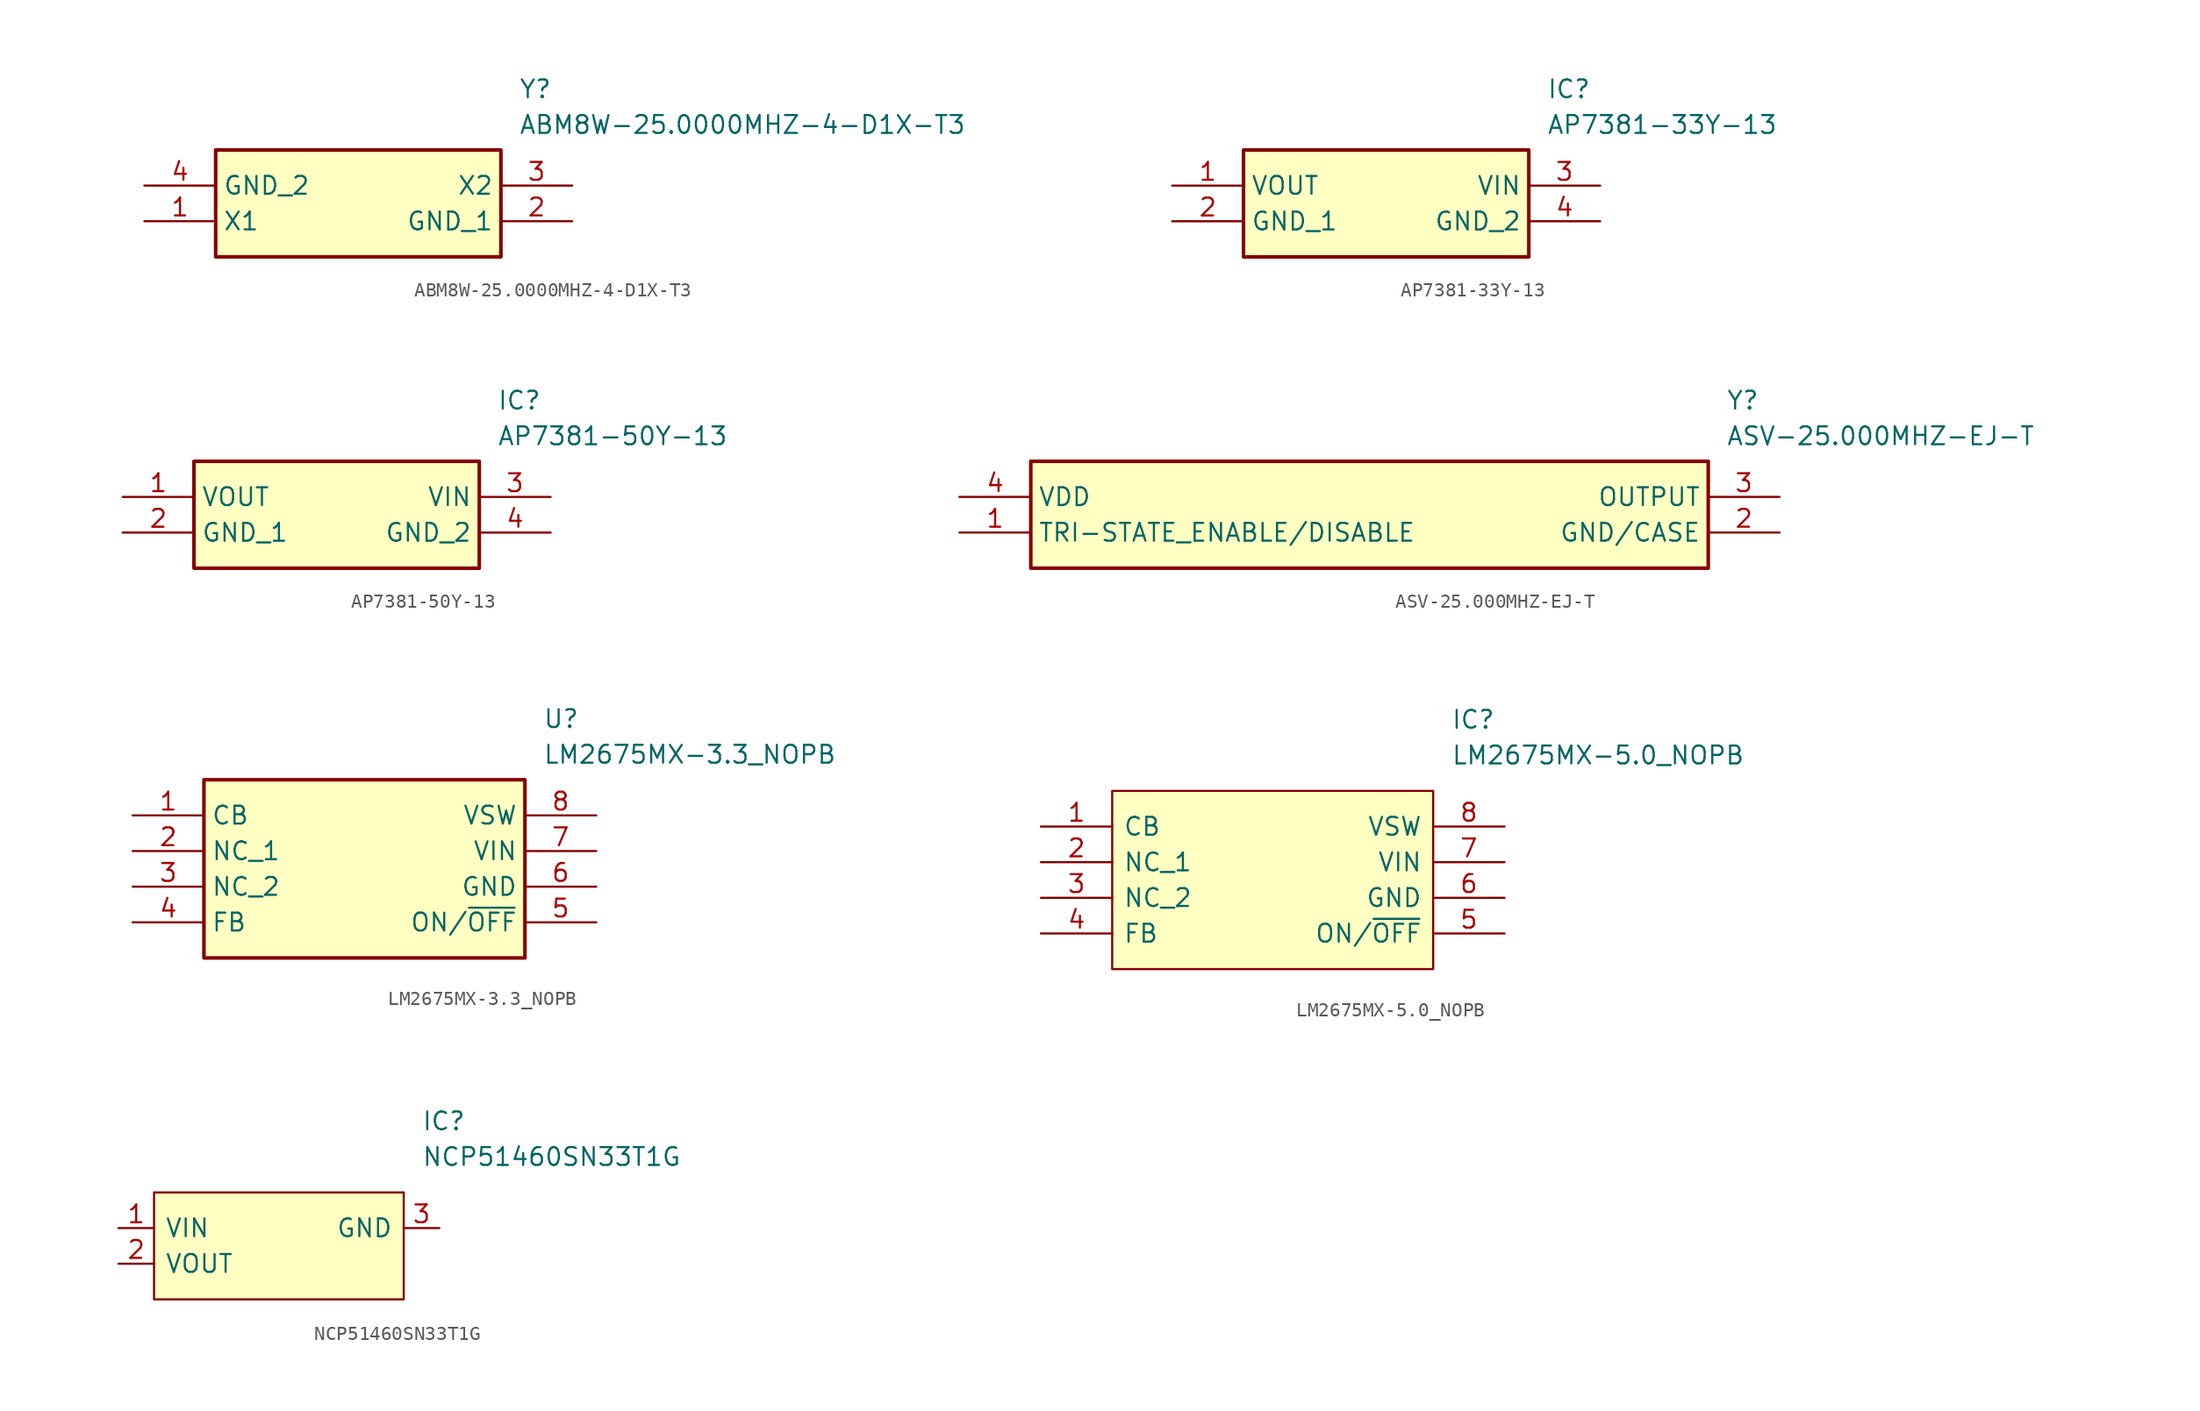
<source format=kicad_sym>
(kicad_symbol_lib
  (version 20231120)
  (generator "kicad_symbol_editor")
  (generator_version "8.0")
  (symbol "ABM8W-25.0000MHZ-4-D1X-T3"
    (property "Reference" "Y"
      (at 26.67 7.62 0)
      (effects (font (size 1.27 1.27)) (justify left top)))
    (property "Value" "ABM8W-25.0000MHZ-4-D1X-T3"
      (at 26.67 5.08 0)
      (effects (font (size 1.27 1.27)) (justify left top)))
    (symbol "ABM8W-25.0000MHZ-4-D1X-T3_1_1"
      (rectangle (start 5.08 2.54) (end 25.4 -5.08) (stroke (width 0.254) (type default)) (fill (type background)))
      (pin passive line (at 0 -2.54 0) (length 5.08) (name "X1" (effects (font (size 1.27 1.27)))) (number "1" (effects (font (size 1.27 1.27)))))
      (pin passive line (at 30.48 -2.54 180) (length 5.08) (name "GND_1" (effects (font (size 1.27 1.27)))) (number "2" (effects (font (size 1.27 1.27)))))
      (pin passive line (at 30.48 0 180) (length 5.08) (name "X2" (effects (font (size 1.27 1.27)))) (number "3" (effects (font (size 1.27 1.27)))))
      (pin passive line (at 0 0 0) (length 5.08) (name "GND_2" (effects (font (size 1.27 1.27)))) (number "4" (effects (font (size 1.27 1.27)))))))
  (symbol "AP7381-33Y-13"
    (property "Reference" "IC"
      (at 26.67 7.62 0)
      (effects (font (size 1.27 1.27)) (justify left top)))
    (property "Value" "AP7381-33Y-13"
      (at 26.67 5.08 0)
      (effects (font (size 1.27 1.27)) (justify left top)))
    (symbol "AP7381-33Y-13_1_1"
      (rectangle (start 5.08 2.54) (end 25.4 -5.08) (stroke (width 0.254) (type default)) (fill (type background)))
      (pin passive line (at 0 0 0) (length 5.08) (name "VOUT" (effects (font (size 1.27 1.27)))) (number "1" (effects (font (size 1.27 1.27)))))
      (pin passive line (at 0 -2.54 0) (length 5.08) (name "GND_1" (effects (font (size 1.27 1.27)))) (number "2" (effects (font (size 1.27 1.27)))))
      (pin passive line (at 30.48 0 180) (length 5.08) (name "VIN" (effects (font (size 1.27 1.27)))) (number "3" (effects (font (size 1.27 1.27)))))
      (pin passive line (at 30.48 -2.54 180) (length 5.08) (name "GND_2" (effects (font (size 1.27 1.27)))) (number "4" (effects (font (size 1.27 1.27)))))))
  (symbol "AP7381-50Y-13"
    (property "Reference" "IC"
      (at 26.67 7.62 0)
      (effects (font (size 1.27 1.27)) (justify left top)))
    (property "Value" "AP7381-50Y-13"
      (at 26.67 5.08 0)
      (effects (font (size 1.27 1.27)) (justify left top)))
    (symbol "AP7381-50Y-13_1_1"
      (rectangle (start 5.08 2.54) (end 25.4 -5.08) (stroke (width 0.254) (type default)) (fill (type background)))
      (pin power_out line (at 0 0 0) (length 5.08) (name "VOUT" (effects (font (size 1.27 1.27)))) (number "1" (effects (font (size 1.27 1.27)))))
      (pin passive line (at 0 -2.54 0) (length 5.08) (name "GND_1" (effects (font (size 1.27 1.27)))) (number "2" (effects (font (size 1.27 1.27)))))
      (pin power_in line (at 30.48 0 180) (length 5.08) (name "VIN" (effects (font (size 1.27 1.27)))) (number "3" (effects (font (size 1.27 1.27)))))
      (pin passive line (at 30.48 -2.54 180) (length 5.08) (name "GND_2" (effects (font (size 1.27 1.27)))) (number "4" (effects (font (size 1.27 1.27)))))))
  (symbol "ASV-25.000MHZ-EJ-T"
    (property "Reference" "Y"
      (at 54.61 7.62 0)
      (effects (font (size 1.27 1.27)) (justify left top)))
    (property "Value" "ASV-25.000MHZ-EJ-T"
      (at 54.61 5.08 0)
      (effects (font (size 1.27 1.27)) (justify left top)))
    (symbol "ASV-25.000MHZ-EJ-T_1_1"
      (rectangle (start 5.08 2.54) (end 53.34 -5.08) (stroke (width 0.254) (type default)) (fill (type background)))
      (pin passive line (at 0 -2.54 0) (length 5.08) (name "TRI-STATE_ENABLE/DISABLE" (effects (font (size 1.27 1.27)))) (number "1" (effects (font (size 1.27 1.27)))))
      (pin passive line (at 58.42 -2.54 180) (length 5.08) (name "GND/CASE" (effects (font (size 1.27 1.27)))) (number "2" (effects (font (size 1.27 1.27)))))
      (pin passive line (at 58.42 0 180) (length 5.08) (name "OUTPUT" (effects (font (size 1.27 1.27)))) (number "3" (effects (font (size 1.27 1.27)))))
      (pin passive line (at 0 0 0) (length 5.08) (name "VDD" (effects (font (size 1.27 1.27)))) (number "4" (effects (font (size 1.27 1.27)))))))
  (symbol "LM2675MX-3.3_NOPB"
    (property "Reference" "U"
      (at 29.21 7.62 0)
      (effects (font (size 1.27 1.27)) (justify left top)))
    (property "Value" "LM2675MX-3.3_NOPB"
      (at 29.21 5.08 0)
      (effects (font (size 1.27 1.27)) (justify left top)))
    (symbol "LM2675MX-3.3_NOPB_1_1"
      (rectangle (start 5.08 2.54) (end 27.94 -10.16) (stroke (width 0.254) (type default)) (fill (type background)))
      (pin passive line (at 0 0 0) (length 5.08) (name "CB" (effects (font (size 1.27 1.27)))) (number "1" (effects (font (size 1.27 1.27)))))
      (pin passive line (at 0 -2.54 0) (length 5.08) (name "NC_1" (effects (font (size 1.27 1.27)))) (number "2" (effects (font (size 1.27 1.27)))))
      (pin passive line (at 0 -5.08 0) (length 5.08) (name "NC_2" (effects (font (size 1.27 1.27)))) (number "3" (effects (font (size 1.27 1.27)))))
      (pin passive line (at 0 -7.62 0) (length 5.08) (name "FB" (effects (font (size 1.27 1.27)))) (number "4" (effects (font (size 1.27 1.27)))))
      (pin passive line (at 33.02 -7.62 180) (length 5.08) (name "ON/~{OFF}" (effects (font (size 1.27 1.27)))) (number "5" (effects (font (size 1.27 1.27)))))
      (pin passive line (at 33.02 -5.08 180) (length 5.08) (name "GND" (effects (font (size 1.27 1.27)))) (number "6" (effects (font (size 1.27 1.27)))))
      (pin passive line (at 33.02 -2.54 180) (length 5.08) (name "VIN" (effects (font (size 1.27 1.27)))) (number "7" (effects (font (size 1.27 1.27)))))
      (pin passive line (at 33.02 0 180) (length 5.08) (name "VSW" (effects (font (size 1.27 1.27)))) (number "8" (effects (font (size 1.27 1.27)))))))
  (symbol "LM2675MX-5.0_NOPB"
    (pin_names
      (offset 0.762))
    (property "Reference" "IC"
      (at 29.21 7.62 0)
      (effects (font (size 1.27 1.27)) (justify left)))
    (property "Value" "LM2675MX-5.0_NOPB"
      (at 29.21 5.08 0)
      (effects (font (size 1.27 1.27)) (justify left)))
    (symbol "LM2675MX-5.0_NOPB_0_0"
      (pin passive line (at 0 0 0) (length 5.08) (name "CB" (effects (font (size 1.27 1.27)))) (number "1" (effects (font (size 1.27 1.27)))))
      (pin passive line (at 0 -2.54 0) (length 5.08) (name "NC_1" (effects (font (size 1.27 1.27)))) (number "2" (effects (font (size 1.27 1.27)))))
      (pin passive line (at 0 -5.08 0) (length 5.08) (name "NC_2" (effects (font (size 1.27 1.27)))) (number "3" (effects (font (size 1.27 1.27)))))
      (pin passive line (at 0 -7.62 0) (length 5.08) (name "FB" (effects (font (size 1.27 1.27)))) (number "4" (effects (font (size 1.27 1.27)))))
      (pin passive line (at 33.02 -7.62 180) (length 5.08) (name "ON/~{OFF}" (effects (font (size 1.27 1.27)))) (number "5" (effects (font (size 1.27 1.27)))))
      (pin passive line (at 33.02 -5.08 180) (length 5.08) (name "GND" (effects (font (size 1.27 1.27)))) (number "6" (effects (font (size 1.27 1.27)))))
      (pin passive line (at 33.02 -2.54 180) (length 5.08) (name "VIN" (effects (font (size 1.27 1.27)))) (number "7" (effects (font (size 1.27 1.27)))))
      (pin passive line (at 33.02 0 180) (length 5.08) (name "VSW" (effects (font (size 1.27 1.27)))) (number "8" (effects (font (size 1.27 1.27))))))
    (symbol "LM2675MX-5.0_NOPB_1_1"
      (polyline (pts (xy 5.08 2.54) (xy 27.94 2.54) (xy 27.94 -10.16) (xy 5.08 -10.16) (xy 5.08 2.54)) (stroke (width 0.152) (type solid)) (fill (type background)))))
  (symbol "NCP51460SN33T1G"
    (pin_names
      (offset 0.762))
    (property "Reference" "IC"
      (at 24.13 7.62 0)
      (effects (font (size 1.27 1.27)) (justify left)))
    (property "Value" "NCP51460SN33T1G"
      (at 24.13 5.08 0)
      (effects (font (size 1.27 1.27)) (justify left)))
    (symbol "NCP51460SN33T1G_1_0"
      (pin input line (at 2.54 0 0) (length 2.54) (name "VIN" (effects (font (size 1.27 1.27)))) (number "1" (effects (font (size 1.27 1.27)))))
      (pin output line (at 2.54 -2.54 0) (length 2.54) (name "VOUT" (effects (font (size 1.27 1.27)))) (number "2" (effects (font (size 1.27 1.27)))))
      (pin power_in line (at 25.4 0 180) (length 2.54) (name "GND" (effects (font (size 1.27 1.27)))) (number "3" (effects (font (size 1.27 1.27))))))
    (symbol "NCP51460SN33T1G_1_1"
      (polyline (pts (xy 5.08 2.54) (xy 22.86 2.54) (xy 22.86 -5.08) (xy 5.08 -5.08) (xy 5.08 2.54)) (stroke (width 0.152) (type solid)) (fill (type background))))))
</source>
